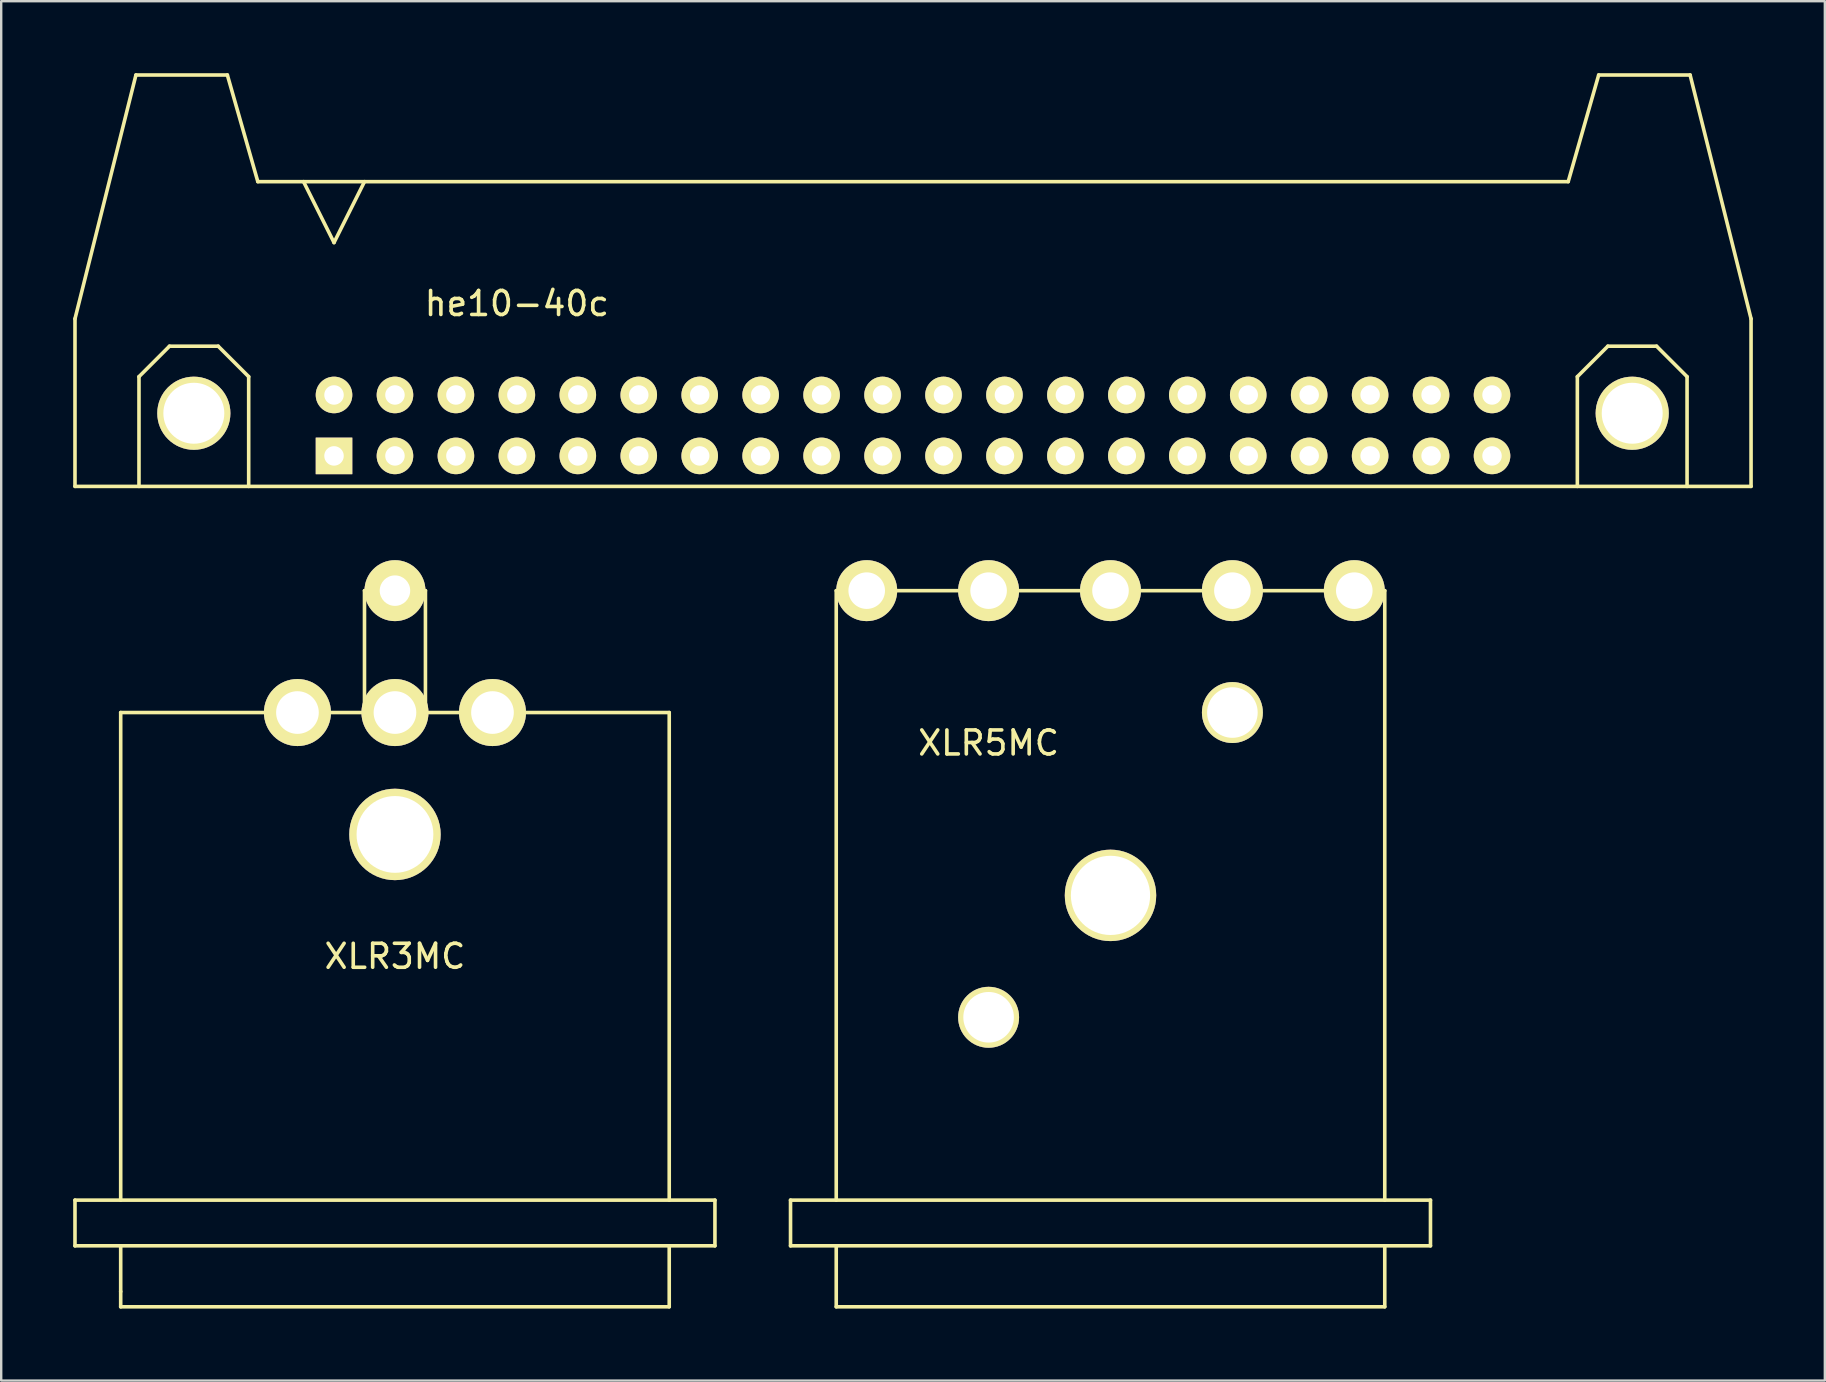
<source format=kicad_pcb>
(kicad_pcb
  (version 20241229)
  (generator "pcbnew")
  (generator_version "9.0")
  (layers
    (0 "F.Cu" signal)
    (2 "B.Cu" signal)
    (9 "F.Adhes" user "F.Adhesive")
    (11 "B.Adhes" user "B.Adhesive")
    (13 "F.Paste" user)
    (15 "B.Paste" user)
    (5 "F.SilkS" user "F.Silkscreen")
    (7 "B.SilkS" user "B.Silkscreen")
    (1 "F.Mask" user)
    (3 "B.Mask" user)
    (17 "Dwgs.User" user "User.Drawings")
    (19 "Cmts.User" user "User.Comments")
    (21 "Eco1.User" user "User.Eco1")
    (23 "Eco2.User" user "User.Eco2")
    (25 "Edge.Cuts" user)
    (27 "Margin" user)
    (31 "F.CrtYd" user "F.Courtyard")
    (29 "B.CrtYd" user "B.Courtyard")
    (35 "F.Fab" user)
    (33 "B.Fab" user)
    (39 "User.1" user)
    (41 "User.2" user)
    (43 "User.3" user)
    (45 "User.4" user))
  (footprint "he10-40c"
    (layer "F.Cu")
    (at 35 14.68)
    (property "Reference" "he10-40c" (at -16.51 -5.08 0) (layer "F.SilkS") (effects (font (size 1 1) (thickness 0.15))))
    (attr through_hole)
    (fp_line (start -34.925 -4.445) (end -34.925 2.54) (stroke (width 0.15) (type solid)) (layer "F.SilkS"))
    (fp_line (start -34.925 2.54) (end 34.925 2.54) (stroke (width 0.15) (type solid)) (layer "F.SilkS"))
    (fp_line (start -32.385 -14.605) (end -34.925 -4.445) (stroke (width 0.15) (type solid)) (layer "F.SilkS"))
    (fp_line (start -32.385 -14.605) (end -28.575 -14.605) (stroke (width 0.15) (type solid)) (layer "F.SilkS"))
    (fp_line (start -32.258 -2.032) (end -30.988 -3.302) (stroke (width 0.15) (type solid)) (layer "F.SilkS"))
    (fp_line (start -32.258 2.54) (end -32.258 -2.032) (stroke (width 0.15) (type solid)) (layer "F.SilkS"))
    (fp_line (start -30.988 -3.302) (end -28.956 -3.302) (stroke (width 0.15) (type solid)) (layer "F.SilkS"))
    (fp_line (start -28.956 -3.302) (end -27.686 -2.032) (stroke (width 0.15) (type solid)) (layer "F.SilkS"))
    (fp_line (start -28.575 -14.605) (end -27.305 -10.16) (stroke (width 0.15) (type solid)) (layer "F.SilkS"))
    (fp_line (start -27.686 -2.032) (end -27.686 2.54) (stroke (width 0.15) (type solid)) (layer "F.SilkS"))
    (fp_line (start -25.4 -10.16) (end -24.13 -7.62) (stroke (width 0.15) (type solid)) (layer "F.SilkS"))
    (fp_line (start -24.13 -7.62) (end -22.86 -10.16) (stroke (width 0.15) (type solid)) (layer "F.SilkS"))
    (fp_line (start 27.305 -10.16) (end -27.305 -10.16) (stroke (width 0.15) (type solid)) (layer "F.SilkS"))
    (fp_line (start 27.686 -2.032) (end 28.956 -3.302) (stroke (width 0.15) (type solid)) (layer "F.SilkS"))
    (fp_line (start 27.686 2.54) (end 27.686 -2.032) (stroke (width 0.15) (type solid)) (layer "F.SilkS"))
    (fp_line (start 28.575 -14.605) (end 27.305 -10.16) (stroke (width 0.15) (type solid)) (layer "F.SilkS"))
    (fp_line (start 28.956 -3.302) (end 30.988 -3.302) (stroke (width 0.15) (type solid)) (layer "F.SilkS"))
    (fp_line (start 30.988 -3.302) (end 32.258 -2.032) (stroke (width 0.15) (type solid)) (layer "F.SilkS"))
    (fp_line (start 32.258 -2.032) (end 32.258 2.54) (stroke (width 0.15) (type solid)) (layer "F.SilkS"))
    (fp_line (start 32.385 -14.605) (end 28.575 -14.605) (stroke (width 0.15) (type solid)) (layer "F.SilkS"))
    (fp_line (start 34.925 -4.445) (end 32.385 -14.605) (stroke (width 0.15) (type solid)) (layer "F.SilkS"))
    (fp_line (start 34.925 2.54) (end 34.925 -4.445) (stroke (width 0.15) (type solid)) (layer "F.SilkS"))
    (pad "0" thru_hole circle (at -29.972 -0.508) (size 3.048 3.048) (drill 2.54) (layers "*.Cu" "*.Mask" "F.SilkS"))
    (pad "0" thru_hole circle (at 29.972 -0.508) (size 3.048 3.048) (drill 2.54) (layers "*.Cu" "*.Mask" "F.SilkS"))
    (pad "1" thru_hole rect (at -24.13 1.27) (size 1.524 1.524) (drill 0.813) (layers "*.Cu" "*.Mask" "F.SilkS"))
    (pad "2" thru_hole circle (at -24.13 -1.27) (size 1.524 1.524) (drill 0.813) (layers "*.Cu" "*.Mask" "F.SilkS"))
    (pad "3" thru_hole circle (at -21.59 1.27) (size 1.524 1.524) (drill 0.813) (layers "*.Cu" "*.Mask" "F.SilkS"))
    (pad "4" thru_hole circle (at -21.59 -1.27) (size 1.524 1.524) (drill 0.813) (layers "*.Cu" "*.Mask" "F.SilkS"))
    (pad "5" thru_hole circle (at -19.05 1.27) (size 1.524 1.524) (drill 0.813) (layers "*.Cu" "*.Mask" "F.SilkS"))
    (pad "6" thru_hole circle (at -19.05 -1.27) (size 1.524 1.524) (drill 0.813) (layers "*.Cu" "*.Mask" "F.SilkS"))
    (pad "7" thru_hole circle (at -16.51 1.27) (size 1.524 1.524) (drill 0.813) (layers "*.Cu" "*.Mask" "F.SilkS"))
    (pad "8" thru_hole circle (at -16.51 -1.27) (size 1.524 1.524) (drill 0.813) (layers "*.Cu" "*.Mask" "F.SilkS"))
    (pad "9" thru_hole circle (at -13.97 1.27) (size 1.524 1.524) (drill 0.813) (layers "*.Cu" "*.Mask" "F.SilkS"))
    (pad "10" thru_hole circle (at -13.97 -1.27) (size 1.524 1.524) (drill 0.813) (layers "*.Cu" "*.Mask" "F.SilkS"))
    (pad "11" thru_hole circle (at -11.43 1.27) (size 1.524 1.524) (drill 0.813) (layers "*.Cu" "*.Mask" "F.SilkS"))
    (pad "12" thru_hole circle (at -11.43 -1.27) (size 1.524 1.524) (drill 0.813) (layers "*.Cu" "*.Mask" "F.SilkS"))
    (pad "13" thru_hole circle (at -8.89 1.27) (size 1.524 1.524) (drill 0.813) (layers "*.Cu" "*.Mask" "F.SilkS"))
    (pad "14" thru_hole circle (at -8.89 -1.27) (size 1.524 1.524) (drill 0.813) (layers "*.Cu" "*.Mask" "F.SilkS"))
    (pad "15" thru_hole circle (at -6.35 1.27) (size 1.524 1.524) (drill 0.813) (layers "*.Cu" "*.Mask" "F.SilkS"))
    (pad "16" thru_hole circle (at -6.35 -1.27) (size 1.524 1.524) (drill 0.813) (layers "*.Cu" "*.Mask" "F.SilkS"))
    (pad "17" thru_hole circle (at -3.81 1.27) (size 1.524 1.524) (drill 0.813) (layers "*.Cu" "*.Mask" "F.SilkS"))
    (pad "18" thru_hole circle (at -3.81 -1.27) (size 1.524 1.524) (drill 0.813) (layers "*.Cu" "*.Mask" "F.SilkS"))
    (pad "19" thru_hole circle (at -1.27 1.27) (size 1.524 1.524) (drill 0.813) (layers "*.Cu" "*.Mask" "F.SilkS"))
    (pad "20" thru_hole circle (at -1.27 -1.27) (size 1.524 1.524) (drill 0.813) (layers "*.Cu" "*.Mask" "F.SilkS"))
    (pad "21" thru_hole circle (at 1.27 1.27) (size 1.524 1.524) (drill 0.813) (layers "*.Cu" "*.Mask" "F.SilkS"))
    (pad "22" thru_hole circle (at 1.27 -1.27) (size 1.524 1.524) (drill 0.813) (layers "*.Cu" "*.Mask" "F.SilkS"))
    (pad "23" thru_hole circle (at 3.81 1.27) (size 1.524 1.524) (drill 0.813) (layers "*.Cu" "*.Mask" "F.SilkS"))
    (pad "24" thru_hole circle (at 3.81 -1.27) (size 1.524 1.524) (drill 0.813) (layers "*.Cu" "*.Mask" "F.SilkS"))
    (pad "25" thru_hole circle (at 6.35 1.27) (size 1.524 1.524) (drill 0.813) (layers "*.Cu" "*.Mask" "F.SilkS"))
    (pad "26" thru_hole circle (at 6.35 -1.27) (size 1.524 1.524) (drill 0.813) (layers "*.Cu" "*.Mask" "F.SilkS"))
    (pad "27" thru_hole circle (at 8.89 1.27) (size 1.524 1.524) (drill 0.813) (layers "*.Cu" "*.Mask" "F.SilkS"))
    (pad "28" thru_hole circle (at 8.89 -1.27) (size 1.524 1.524) (drill 0.813) (layers "*.Cu" "*.Mask" "F.SilkS"))
    (pad "29" thru_hole circle (at 11.43 1.27) (size 1.524 1.524) (drill 0.813) (layers "*.Cu" "*.Mask" "F.SilkS"))
    (pad "30" thru_hole circle (at 11.43 -1.27) (size 1.524 1.524) (drill 0.813) (layers "*.Cu" "*.Mask" "F.SilkS"))
    (pad "31" thru_hole circle (at 13.97 1.27) (size 1.524 1.524) (drill 0.813) (layers "*.Cu" "*.Mask" "F.SilkS"))
    (pad "32" thru_hole circle (at 13.97 -1.27) (size 1.524 1.524) (drill 0.813) (layers "*.Cu" "*.Mask" "F.SilkS"))
    (pad "33" thru_hole circle (at 16.51 1.27) (size 1.524 1.524) (drill 0.813) (layers "*.Cu" "*.Mask" "F.SilkS"))
    (pad "34" thru_hole circle (at 16.51 -1.27) (size 1.524 1.524) (drill 0.813) (layers "*.Cu" "*.Mask" "F.SilkS"))
    (pad "35" thru_hole circle (at 19.05 1.27) (size 1.524 1.524) (drill 0.813) (layers "*.Cu" "*.Mask" "F.SilkS"))
    (pad "36" thru_hole circle (at 19.05 -1.27) (size 1.524 1.524) (drill 0.813) (layers "*.Cu" "*.Mask" "F.SilkS"))
    (pad "37" thru_hole circle (at 21.59 1.27) (size 1.524 1.524) (drill 0.813) (layers "*.Cu" "*.Mask" "F.SilkS"))
    (pad "38" thru_hole circle (at 21.59 -1.27) (size 1.524 1.524) (drill 0.813) (layers "*.Cu" "*.Mask" "F.SilkS"))
    (pad "39" thru_hole circle (at 24.13 1.27) (size 1.524 1.524) (drill 0.813) (layers "*.Cu" "*.Mask" "F.SilkS"))
    (pad "40" thru_hole circle (at 24.13 -1.27) (size 1.524 1.524) (drill 0.813) (layers "*.Cu" "*.Mask" "F.SilkS")))
  (footprint "XLR5MC"
    (layer "F.Cu")
    (at 43.23 21.565)
    (property "Reference" "XLR5MC" (at -5.08 6.35 0) (layer "F.SilkS") (effects (font (size 1 1) (thickness 0.15))))
    (attr through_hole)
    (fp_line (start -13.335 25.4) (end 13.335 25.4) (stroke (width 0.15) (type solid)) (layer "F.SilkS"))
    (fp_line (start -13.335 27.305) (end -13.335 25.4) (stroke (width 0.15) (type solid)) (layer "F.SilkS"))
    (fp_line (start -11.43 0) (end 11.43 0) (stroke (width 0.15) (type solid)) (layer "F.SilkS"))
    (fp_line (start -11.43 25.4) (end -11.43 0) (stroke (width 0.15) (type solid)) (layer "F.SilkS"))
    (fp_line (start -11.43 29.845) (end -11.43 27.305) (stroke (width 0.15) (type solid)) (layer "F.SilkS"))
    (fp_line (start 11.43 25.4) (end 11.43 0) (stroke (width 0.15) (type solid)) (layer "F.SilkS"))
    (fp_line (start 11.43 27.305) (end 11.43 29.845) (stroke (width 0.15) (type solid)) (layer "F.SilkS"))
    (fp_line (start 11.43 29.845) (end -11.43 29.845) (stroke (width 0.15) (type solid)) (layer "F.SilkS"))
    (fp_line (start 13.335 27.305) (end -13.335 27.305) (stroke (width 0.15) (type solid)) (layer "F.SilkS"))
    (fp_line (start 13.335 27.305) (end 13.335 25.4) (stroke (width 0.15) (type solid)) (layer "F.SilkS"))
    (pad "" thru_hole circle (at -5.08 17.78) (size 2.54 2.54) (drill 2.108) (layers "*.Cu" "*.Mask" "F.SilkS"))
    (pad "" thru_hole circle (at 0 12.7) (size 3.81 3.81) (drill 3.302) (layers "*.Cu" "*.Mask" "F.SilkS"))
    (pad "" thru_hole circle (at 5.08 5.08) (size 2.54 2.54) (drill 2.108) (layers "*.Cu" "*.Mask" "F.SilkS"))
    (pad "1" thru_hole circle (at -10.16 0) (size 2.54 2.54) (drill 1.524) (layers "*.Cu" "*.Mask" "F.SilkS"))
    (pad "2" thru_hole circle (at -5.08 0) (size 2.54 2.54) (drill 1.524) (layers "*.Cu" "*.Mask" "F.SilkS"))
    (pad "3" thru_hole circle (at 0 0) (size 2.54 2.54) (drill 1.524) (layers "*.Cu" "*.Mask" "F.SilkS"))
    (pad "4" thru_hole circle (at 5.08 0) (size 2.54 2.54) (drill 1.524) (layers "*.Cu" "*.Mask" "F.SilkS"))
    (pad "5" thru_hole circle (at 10.16 0) (size 2.54 2.54) (drill 1.524) (layers "*.Cu" "*.Mask" "F.SilkS")))
  (footprint "XLR3MC"
    (layer "F.Cu")
    (at 13.41 26.645)
    (property "Reference" "XLR3MC" (at 0 10.16 0) (layer "F.SilkS") (effects (font (size 1 1) (thickness 0.15))))
    (attr through_hole)
    (fp_line (start -13.335 20.32) (end -13.335 22.225) (stroke (width 0.15) (type solid)) (layer "F.SilkS"))
    (fp_line (start -13.335 22.225) (end 13.335 22.225) (stroke (width 0.15) (type solid)) (layer "F.SilkS"))
    (fp_line (start -11.43 0) (end -11.43 20.32) (stroke (width 0.15) (type solid)) (layer "F.SilkS"))
    (fp_line (start -11.43 0) (end 11.43 0) (stroke (width 0.15) (type solid)) (layer "F.SilkS"))
    (fp_line (start -11.43 22.225) (end -11.43 24.13) (stroke (width 0.15) (type solid)) (layer "F.SilkS"))
    (fp_line (start -11.43 24.13) (end -11.43 24.765) (stroke (width 0.15) (type solid)) (layer "F.SilkS"))
    (fp_line (start -11.43 24.765) (end 11.43 24.765) (stroke (width 0.15) (type solid)) (layer "F.SilkS"))
    (fp_line (start -1.27 -5.08) (end 1.27 -5.08) (stroke (width 0.15) (type solid)) (layer "F.SilkS"))
    (fp_line (start -1.27 0) (end -1.27 -5.08) (stroke (width 0.15) (type solid)) (layer "F.SilkS"))
    (fp_line (start 1.27 -5.08) (end 1.27 0) (stroke (width 0.15) (type solid)) (layer "F.SilkS"))
    (fp_line (start 11.43 0) (end 11.43 20.32) (stroke (width 0.15) (type solid)) (layer "F.SilkS"))
    (fp_line (start 11.43 24.765) (end 11.43 22.225) (stroke (width 0.15) (type solid)) (layer "F.SilkS"))
    (fp_line (start 13.335 20.32) (end -13.335 20.32) (stroke (width 0.15) (type solid)) (layer "F.SilkS"))
    (fp_line (start 13.335 22.225) (end 13.335 20.32) (stroke (width 0.15) (type solid)) (layer "F.SilkS"))
    (pad "" thru_hole circle (at 0 5.08) (size 3.81 3.81) (drill 3.2) (layers "*.Cu" "*.Mask" "F.SilkS"))
    (pad "1" thru_hole circle (at -4.064 0) (size 2.794 2.794) (drill 1.778) (layers "*.Cu" "*.Mask" "F.SilkS"))
    (pad "2" thru_hole circle (at 4.064 0) (size 2.794 2.794) (drill 1.778) (layers "*.Cu" "*.Mask" "F.SilkS"))
    (pad "3" thru_hole circle (at 0 0) (size 2.794 2.794) (drill 1.778) (layers "*.Cu" "*.Mask" "F.SilkS"))
    (pad "4" thru_hole circle (at 0 -5.08) (size 2.54 2.54) (drill 1.27) (layers "*.Cu" "*.Mask" "F.SilkS")))
  (gr_rect
    (start -3 -3)
    (end 73 54.485)
    (stroke (width 0.1) (type default))
    (fill no)
    (layer "Edge.Cuts")))
</source>
